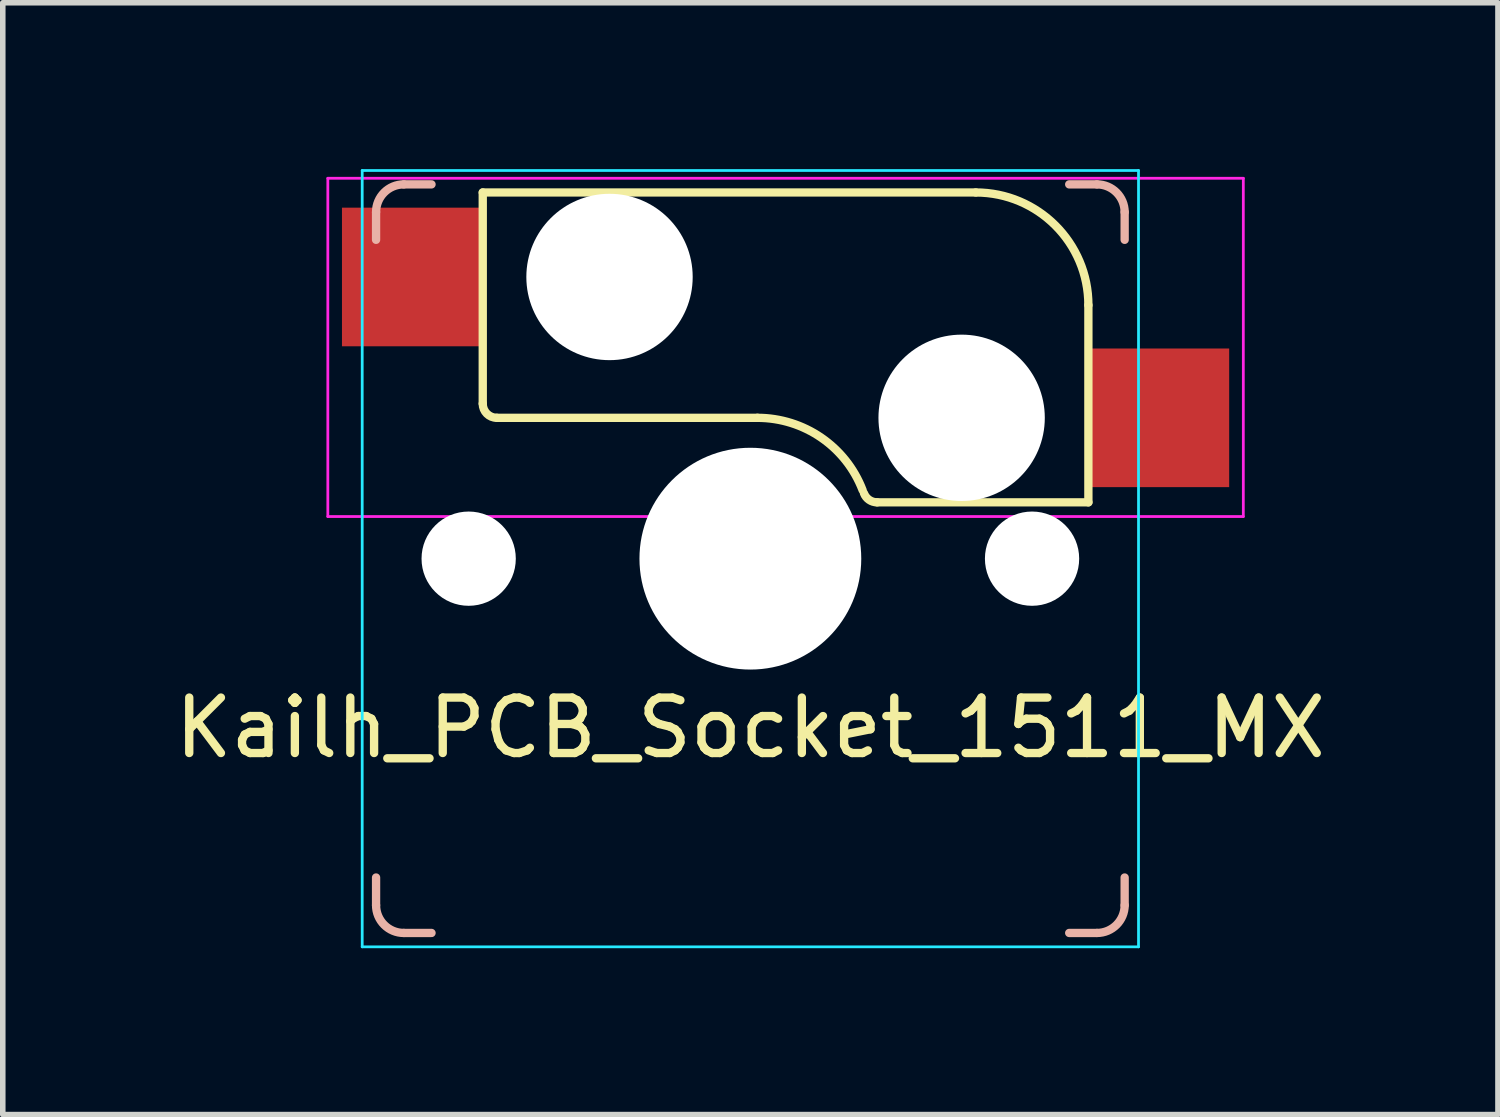
<source format=kicad_pcb>
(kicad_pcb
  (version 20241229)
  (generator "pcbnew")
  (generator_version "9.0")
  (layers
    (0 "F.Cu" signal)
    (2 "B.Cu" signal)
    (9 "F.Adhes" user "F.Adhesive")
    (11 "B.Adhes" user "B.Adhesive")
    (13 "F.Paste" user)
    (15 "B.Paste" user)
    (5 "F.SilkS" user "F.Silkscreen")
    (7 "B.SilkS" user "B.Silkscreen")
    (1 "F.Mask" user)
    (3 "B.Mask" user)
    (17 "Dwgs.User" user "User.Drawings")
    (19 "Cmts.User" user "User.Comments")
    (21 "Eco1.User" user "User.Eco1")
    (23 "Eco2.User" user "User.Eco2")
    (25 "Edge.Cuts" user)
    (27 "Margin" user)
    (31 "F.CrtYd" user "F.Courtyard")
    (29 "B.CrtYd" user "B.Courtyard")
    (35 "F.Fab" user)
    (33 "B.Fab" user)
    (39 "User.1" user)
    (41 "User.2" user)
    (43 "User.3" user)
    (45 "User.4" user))
  (footprint "Kailh_PCB_Socket_1511_MX"
    (layer "F.Cu")
    (at 10.482 7.025)
    (property "Reference" "Kailh_PCB_Socket_1511_MX" (at 0 3.05 0) (layer "F.SilkS") (effects (font (size 1 1) (thickness 0.15))))
    (attr through_hole)
    (fp_line (start -4.826 -6.604) (end -4.826 -2.794) (stroke (width 0.15) (type solid)) (layer "F.SilkS"))
    (fp_line (start 0.127 -2.54) (end -4.572 -2.54) (stroke (width 0.15) (type solid)) (layer "F.SilkS"))
    (fp_line (start 4.064 -6.604) (end -4.826 -6.604) (stroke (width 0.15) (type solid)) (layer "F.SilkS"))
    (fp_line (start 6.096 -1.016) (end 2.286 -1.016) (stroke (width 0.15) (type solid)) (layer "F.SilkS"))
    (fp_line (start 6.096 -1.016) (end 6.096 -4.572) (stroke (width 0.15) (type solid)) (layer "F.SilkS"))
    (fp_arc (start -4.572 -2.54) (mid -4.751605 -2.614395) (end -4.826 -2.794) (stroke (width 0.15) (type solid)) (layer "F.SilkS"))
    (fp_arc (start 0.127 -2.54) (mid 1.277937 -2.182625) (end 2.024035 -1.236204) (stroke (width 0.15) (type solid)) (layer "F.SilkS"))
    (fp_arc (start 2.286 -1.016) (mid 2.142133 -1.060672) (end 2.048871 -1.178975) (stroke (width 0.15) (type solid)) (layer "F.SilkS"))
    (fp_arc (start 4.064 -6.604) (mid 5.500841 -6.008841) (end 6.096 -4.572) (stroke (width 0.15) (type solid)) (layer "F.SilkS"))
    (fp_line (start -6.75 -6.25) (end -6.75 -5.75) (stroke (width 0.15) (type solid)) (layer "B.SilkS"))
    (fp_line (start -6.75 6.25) (end -6.75 5.75) (stroke (width 0.15) (type solid)) (layer "B.SilkS"))
    (fp_line (start -6.25 -6.75) (end -5.75 -6.75) (stroke (width 0.15) (type solid)) (layer "B.SilkS"))
    (fp_line (start -6.25 6.75) (end -5.75 6.75) (stroke (width 0.15) (type solid)) (layer "B.SilkS"))
    (fp_line (start 6.25 -6.75) (end 5.75 -6.75) (stroke (width 0.15) (type solid)) (layer "B.SilkS"))
    (fp_line (start 6.25 6.75) (end 5.75 6.75) (stroke (width 0.15) (type solid)) (layer "B.SilkS"))
    (fp_line (start 6.75 -6.25) (end 6.75 -5.75) (stroke (width 0.15) (type solid)) (layer "B.SilkS"))
    (fp_line (start 6.75 6.25) (end 6.75 5.75) (stroke (width 0.15) (type solid)) (layer "B.SilkS"))
    (fp_arc (start -6.75 -6.25) (mid -6.603553 -6.603553) (end -6.25 -6.75) (stroke (width 0.15) (type solid)) (layer "B.SilkS"))
    (fp_arc (start -6.25 6.75) (mid -6.603553 6.603553) (end -6.75 6.25) (stroke (width 0.15) (type solid)) (layer "B.SilkS"))
    (fp_arc (start 6.25 -6.75) (mid 6.603553 -6.603553) (end 6.75 -6.25) (stroke (width 0.15) (type solid)) (layer "B.SilkS"))
    (fp_arc (start 6.75 6.25) (mid 6.603553 6.603553) (end 6.25 6.75) (stroke (width 0.15) (type solid)) (layer "B.SilkS"))
    (fp_line (start -7 -7) (end -7 7) (stroke (width 0.05) (type solid)) (layer "B.CrtYd"))
    (fp_line (start -7 7) (end 7 7) (stroke (width 0.05) (type solid)) (layer "B.CrtYd"))
    (fp_line (start 7 -7) (end -7 -7) (stroke (width 0.05) (type solid)) (layer "B.CrtYd"))
    (fp_line (start 7 7) (end 7 -7) (stroke (width 0.05) (type solid)) (layer "B.CrtYd"))
    (fp_line (start -7.62 -6.86) (end -7.62 -0.76) (stroke (width 0.05) (type solid)) (layer "F.CrtYd"))
    (fp_line (start -7.62 -0.76) (end 8.89 -0.76) (stroke (width 0.05) (type solid)) (layer "F.CrtYd"))
    (fp_line (start 8.89 -6.86) (end -7.62 -6.86) (stroke (width 0.05) (type solid)) (layer "F.CrtYd"))
    (fp_line (start 8.89 -0.76) (end 8.89 -6.86) (stroke (width 0.05) (type solid)) (layer "F.CrtYd"))
    (pad "" np_thru_hole circle (at -5.08 0) (size 1.7 1.7) (drill 1.7) (layers "*.Cu" "*.Mask"))
    (pad "" np_thru_hole circle (at -2.54 -5.08) (size 3 3) (drill 3) (layers "*.Cu" "*.Mask"))
    (pad "" np_thru_hole circle (at 0 0) (size 4 4) (drill 4) (layers "*.Cu" "*.Mask"))
    (pad "" np_thru_hole circle (at 3.81 -2.54) (size 3 3) (drill 3) (layers "*.Cu" "*.Mask"))
    (pad "" np_thru_hole circle (at 5.08 0) (size 1.7 1.7) (drill 1.7) (layers "*.Cu" "*.Mask"))
    (pad "1" smd rect (at 7.36 -2.54) (size 2.55 2.5) (layers "F.Cu" "F.Mask" "F.Paste"))
    (pad "2" smd rect (at -6.09 -5.08) (size 2.55 2.5) (layers "F.Cu" "F.Mask" "F.Paste")))
  (gr_rect
    (start -3 -3)
    (end 23.964 17.05)
    (stroke (width 0.1) (type default))
    (fill no)
    (layer "Edge.Cuts")))
</source>
